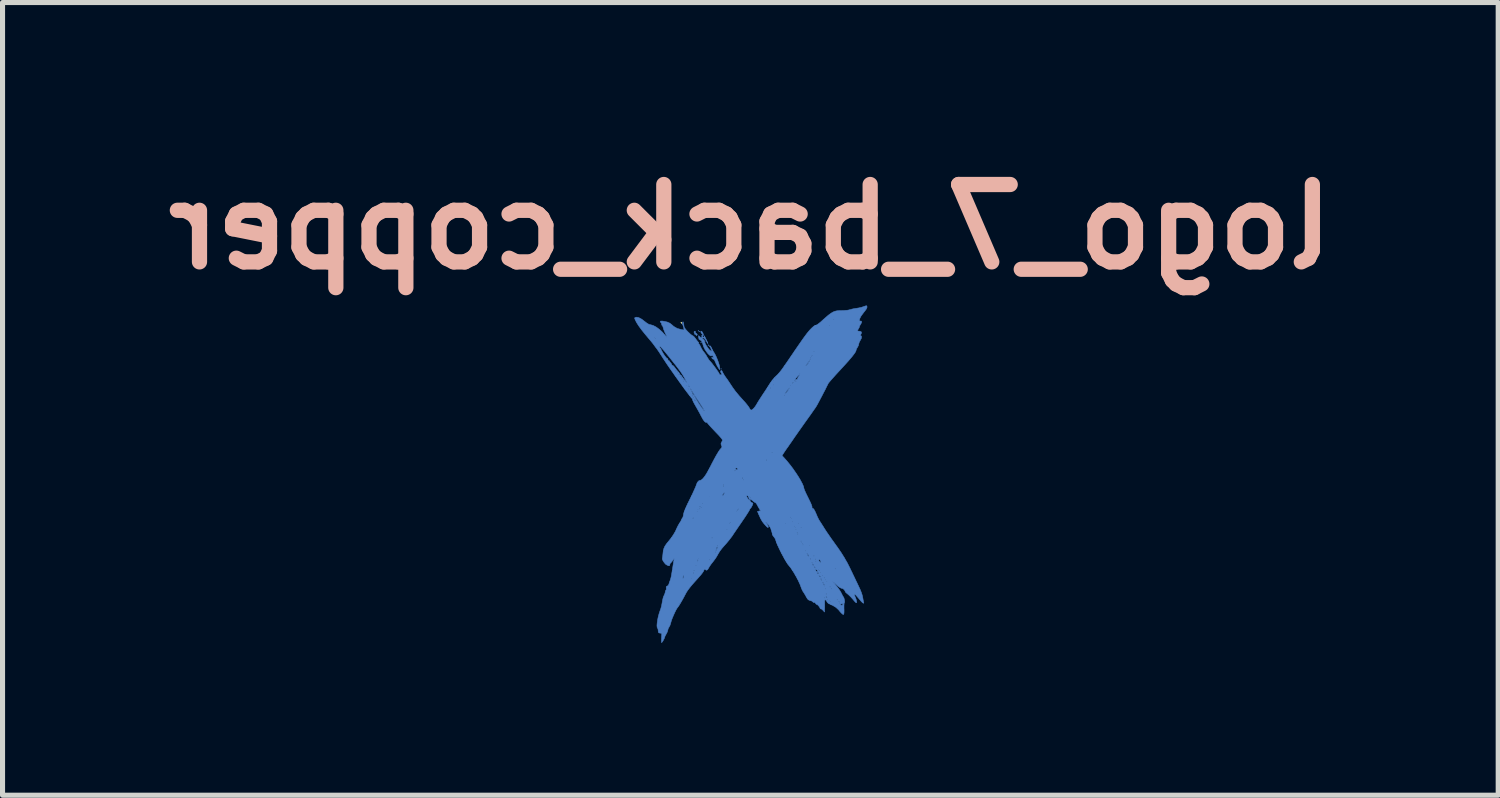
<source format=kicad_pcb>
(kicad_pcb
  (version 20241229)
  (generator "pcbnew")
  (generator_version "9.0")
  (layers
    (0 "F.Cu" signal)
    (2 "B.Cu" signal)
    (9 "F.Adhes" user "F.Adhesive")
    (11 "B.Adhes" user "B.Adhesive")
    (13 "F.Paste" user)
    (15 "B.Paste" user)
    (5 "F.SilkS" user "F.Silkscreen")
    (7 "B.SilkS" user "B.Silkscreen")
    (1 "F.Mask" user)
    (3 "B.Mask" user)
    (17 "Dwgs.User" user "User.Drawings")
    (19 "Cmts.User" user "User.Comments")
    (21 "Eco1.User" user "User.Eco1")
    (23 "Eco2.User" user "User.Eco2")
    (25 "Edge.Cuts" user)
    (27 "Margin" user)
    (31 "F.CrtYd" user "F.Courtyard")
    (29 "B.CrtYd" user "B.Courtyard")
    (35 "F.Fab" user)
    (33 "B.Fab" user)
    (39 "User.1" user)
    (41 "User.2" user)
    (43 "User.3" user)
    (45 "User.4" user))
  (footprint "logo_7_back_copper"
    (layer "F.Cu")
    (at 11.728 5.228)
    (property "Reference" "logo_7_back_copper" (at 0 -3.81 180) (layer "B.SilkS") (effects (font (size 1.524 1.524) (thickness 0.3)) (justify mirror)))
    (attr through_hole)
    (fp_poly (pts (xy -1.029 -1.762) (xy -1.022 -1.756) (xy -1.016 -1.762) (xy -1.022 -1.769) (xy -1.029 -1.762)) (stroke (width 0.01) (type solid)) (fill yes) (layer "B.Cu"))
    (fp_poly (pts (xy -1.003 -1.75) (xy -0.997 -1.743) (xy -0.991 -1.75) (xy -0.997 -1.756) (xy -1.003 -1.75)) (stroke (width 0.01) (type solid)) (fill yes) (layer "B.Cu"))
    (fp_poly (pts (xy -0.978 -1.534) (xy -0.972 -1.527) (xy -0.965 -1.534) (xy -0.972 -1.54) (xy -0.978 -1.534)) (stroke (width 0.01) (type solid)) (fill yes) (layer "B.Cu"))
    (fp_poly (pts (xy -0.902 -1.546) (xy -0.895 -1.54) (xy -0.889 -1.546) (xy -0.895 -1.553) (xy -0.902 -1.546)) (stroke (width 0.01) (type solid)) (fill yes) (layer "B.Cu"))
    (fp_poly (pts (xy -0.584 -1.013) (xy -0.578 -1.007) (xy -0.572 -1.013) (xy -0.578 -1.019) (xy -0.584 -1.013)) (stroke (width 0.01) (type solid)) (fill yes) (layer "B.Cu"))
    (fp_poly (pts (xy -0.834 -1.485) (xy -0.832 -1.477) (xy -0.826 -1.476) (xy -0.815 -1.481) (xy -0.817 -1.485) (xy -0.832 -1.486) (xy -0.834 -1.485)) (stroke (width 0.01) (type solid)) (fill yes) (layer "B.Cu"))
    (fp_poly (pts (xy -1.108 -1.748) (xy -1.111 -1.732) (xy -1.105 -1.724) (xy -1.097 -1.709) (xy -1.099 -1.704) (xy -1.096 -1.694) (xy -1.086 -1.692) (xy -1.071 -1.687) (xy -1.072 -1.682) (xy -1.068 -1.672) (xy -1.061 -1.671) (xy -1.048 -1.681) (xy -1.047 -1.691) (xy -1.059 -1.709) (xy -1.068 -1.712) (xy -1.081 -1.722) (xy -1.082 -1.734) (xy -1.085 -1.752) (xy -1.091 -1.756) (xy -1.108 -1.748)) (stroke (width 0.01) (type solid)) (fill yes) (layer "B.Cu"))
    (fp_poly (pts (xy -0.977 -1.748) (xy -0.973 -1.728) (xy -0.959 -1.71) (xy -0.944 -1.69) (xy -0.94 -1.675) (xy -0.947 -1.671) (xy -0.952 -1.673) (xy -0.96 -1.671) (xy -0.958 -1.662) (xy -0.954 -1.636) (xy -0.966 -1.626) (xy -0.987 -1.637) (xy -0.99 -1.641) (xy -1.009 -1.66) (xy -1.02 -1.667) (xy -1.023 -1.657) (xy -1.021 -1.634) (xy -1.015 -1.616) (xy -1.014 -1.601) (xy -1.005 -1.591) (xy -0.99 -1.584) (xy -0.964 -1.564) (xy -0.944 -1.524) (xy -0.934 -1.489) (xy -0.92 -1.447) (xy -0.898 -1.401) (xy -0.869 -1.357) (xy -0.839 -1.317) (xy -0.809 -1.287) (xy -0.784 -1.269) (xy -0.765 -1.27) (xy -0.762 -1.273) (xy -0.751 -1.279) (xy -0.738 -1.263) (xy -0.736 -1.26) (xy -0.727 -1.24) (xy -0.733 -1.236) (xy -0.741 -1.239) (xy -0.759 -1.241) (xy -0.762 -1.236) (xy -0.754 -1.22) (xy -0.737 -1.206) (xy -0.723 -1.203) (xy -0.721 -1.204) (xy -0.714 -1.197) (xy -0.701 -1.172) (xy -0.692 -1.151) (xy -0.674 -1.111) (xy -0.651 -1.066) (xy -0.626 -1.026) (xy -0.606 -0.999) (xy -0.605 -0.998) (xy -0.604 -1.007) (xy -0.604 -1.033) (xy -0.604 -1.042) (xy -0.611 -1.081) (xy -0.627 -1.134) (xy -0.648 -1.194) (xy -0.673 -1.253) (xy -0.697 -1.302) (xy -0.712 -1.328) (xy -0.733 -1.361) (xy -0.755 -1.404) (xy -0.762 -1.42) (xy -0.781 -1.456) (xy -0.797 -1.47) (xy -0.802 -1.469) (xy -0.807 -1.457) (xy -0.793 -1.443) (xy -0.779 -1.427) (xy -0.779 -1.417) (xy -0.778 -1.403) (xy -0.766 -1.385) (xy -0.753 -1.367) (xy -0.758 -1.363) (xy -0.784 -1.373) (xy -0.792 -1.376) (xy -0.812 -1.393) (xy -0.837 -1.426) (xy -0.864 -1.466) (xy -0.887 -1.507) (xy -0.903 -1.544) (xy -0.907 -1.568) (xy -0.907 -1.571) (xy -0.912 -1.587) (xy -0.926 -1.594) (xy -0.948 -1.606) (xy -0.95 -1.618) (xy -0.932 -1.624) (xy -0.927 -1.624) (xy -0.903 -1.611) (xy -0.878 -1.577) (xy -0.875 -1.572) (xy -0.852 -1.53) (xy -0.839 -1.511) (xy -0.836 -1.515) (xy -0.846 -1.541) (xy -0.862 -1.576) (xy -0.882 -1.617) (xy -0.899 -1.649) (xy -0.909 -1.665) (xy -0.909 -1.665) (xy -0.913 -1.665) (xy -0.91 -1.659) (xy -0.912 -1.643) (xy -0.921 -1.637) (xy -0.936 -1.639) (xy -0.94 -1.655) (xy -0.931 -1.671) (xy -0.928 -1.673) (xy -0.925 -1.687) (xy -0.933 -1.712) (xy -0.946 -1.738) (xy -0.961 -1.754) (xy -0.966 -1.756) (xy -0.977 -1.748)) (stroke (width 0.01) (type solid)) (fill yes) (layer "B.Cu"))
    (fp_poly (pts (xy 2.272 -2.255) (xy 2.242 -2.245) (xy 2.228 -2.24) (xy 2.187 -2.226) (xy 2.134 -2.214) (xy 2.102 -2.209) (xy 2.048 -2.201) (xy 1.995 -2.19) (xy 1.97 -2.182) (xy 1.92 -2.17) (xy 1.853 -2.164) (xy 1.798 -2.162) (xy 1.746 -2.161) (xy 1.703 -2.157) (xy 1.663 -2.148) (xy 1.625 -2.132) (xy 1.584 -2.107) (xy 1.535 -2.071) (xy 1.477 -2.021) (xy 1.405 -1.957) (xy 1.389 -1.942) (xy 1.35 -1.91) (xy 1.317 -1.886) (xy 1.295 -1.875) (xy 1.29 -1.874) (xy 1.273 -1.87) (xy 1.245 -1.851) (xy 1.216 -1.826) (xy 1.192 -1.802) (xy 1.168 -1.777) (xy 1.144 -1.749) (xy 1.117 -1.716) (xy 1.087 -1.676) (xy 1.051 -1.627) (xy 1.007 -1.565) (xy 0.955 -1.49) (xy 0.893 -1.4) (xy 0.819 -1.291) (xy 0.781 -1.235) (xy 0.72 -1.146) (xy 0.67 -1.074) (xy 0.631 -1.018) (xy 0.598 -0.974) (xy 0.57 -0.94) (xy 0.545 -0.911) (xy 0.521 -0.887) (xy 0.5 -0.868) (xy 0.463 -0.829) (xy 0.421 -0.778) (xy 0.384 -0.725) (xy 0.381 -0.719) (xy 0.349 -0.669) (xy 0.309 -0.607) (xy 0.266 -0.542) (xy 0.24 -0.503) (xy 0.204 -0.448) (xy 0.17 -0.395) (xy 0.143 -0.352) (xy 0.129 -0.327) (xy 0.097 -0.275) (xy 0.062 -0.233) (xy 0.03 -0.207) (xy 0.023 -0.203) (xy 0.005 -0.205) (xy -0.013 -0.228) (xy -0.019 -0.241) (xy -0.037 -0.269) (xy -0.068 -0.31) (xy -0.106 -0.356) (xy -0.13 -0.382) (xy -0.22 -0.482) (xy -0.294 -0.571) (xy -0.353 -0.652) (xy -0.356 -0.657) (xy -1.198 -0.657) (xy -1.199 -0.651) (xy -1.209 -0.661) (xy -1.219 -0.676) (xy -1.222 -0.683) (xy -1.257 -0.683) (xy -1.264 -0.676) (xy -1.27 -0.683) (xy -1.264 -0.689) (xy -1.257 -0.683) (xy -1.222 -0.683) (xy -1.227 -0.696) (xy -1.226 -0.702) (xy -1.216 -0.692) (xy -1.206 -0.676) (xy -1.198 -0.657) (xy -0.356 -0.657) (xy -0.385 -0.701) (xy -0.404 -0.729) (xy -1.245 -0.729) (xy -1.247 -0.732) (xy -1.265 -0.756) (xy -1.277 -0.772) (xy -1.308 -0.772) (xy -1.314 -0.765) (xy -1.321 -0.772) (xy -1.314 -0.778) (xy -1.308 -0.772) (xy -1.277 -0.772) (xy -1.291 -0.789) (xy -1.298 -0.797) (xy -1.321 -0.797) (xy -1.327 -0.791) (xy -1.333 -0.797) (xy -1.327 -0.803) (xy -1.321 -0.797) (xy -1.298 -0.797) (xy -1.305 -0.807) (xy -1.328 -0.835) (xy -1.346 -0.835) (xy -1.353 -0.829) (xy -1.359 -0.835) (xy -1.353 -0.842) (xy -1.346 -0.835) (xy -1.328 -0.835) (xy -1.332 -0.841) (xy -1.354 -0.871) (xy -1.355 -0.873) (xy -1.372 -0.873) (xy -1.378 -0.867) (xy -1.384 -0.873) (xy -1.378 -0.88) (xy -1.372 -0.873) (xy -1.355 -0.873) (xy -1.36 -0.882) (xy -1.376 -0.897) (xy -1.387 -0.897) (xy -1.395 -0.896) (xy -1.394 -0.899) (xy -1.41 -0.899) (xy -1.416 -0.892) (xy -1.422 -0.899) (xy -1.416 -0.905) (xy -1.41 -0.899) (xy -1.394 -0.899) (xy -1.392 -0.903) (xy -1.394 -0.921) (xy -1.405 -0.937) (xy -1.41 -0.937) (xy -1.416 -0.93) (xy -1.422 -0.937) (xy -1.435 -0.937) (xy -1.441 -0.93) (xy -1.448 -0.937) (xy -1.441 -0.943) (xy -1.435 -0.937) (xy -1.422 -0.937) (xy -1.416 -0.943) (xy -1.41 -0.937) (xy -1.405 -0.937) (xy -1.411 -0.944) (xy -1.413 -0.946) (xy -1.437 -0.973) (xy -1.439 -0.975) (xy -1.46 -0.975) (xy -1.467 -0.969) (xy -1.473 -0.975) (xy -1.467 -0.981) (xy -1.46 -0.975) (xy -1.439 -0.975) (xy -1.468 -1.011) (xy -1.485 -1.035) (xy -1.51 -1.066) (xy -1.532 -1.084) (xy -1.542 -1.087) (xy -1.549 -1.085) (xy -1.547 -1.088) (xy -1.549 -1.103) (xy -1.565 -1.127) (xy -1.569 -1.132) (xy -1.59 -1.157) (xy -1.6 -1.174) (xy -1.6 -1.175) (xy -1.608 -1.18) (xy -1.613 -1.178) (xy -1.624 -1.177) (xy -1.624 -1.18) (xy -1.624 -1.206) (xy -1.632 -1.218) (xy -1.637 -1.217) (xy -1.648 -1.224) (xy -1.668 -1.247) (xy -1.693 -1.28) (xy -1.718 -1.319) (xy -1.74 -1.357) (xy -1.756 -1.389) (xy -1.759 -1.397) (xy -1.768 -1.417) (xy -1.776 -1.421) (xy -1.783 -1.427) (xy -1.786 -1.445) (xy -1.785 -1.453) (xy -1.778 -1.453) (xy -1.764 -1.442) (xy -1.742 -1.419) (xy -1.71 -1.383) (xy -1.667 -1.331) (xy -1.612 -1.263) (xy -1.543 -1.177) (xy -1.529 -1.159) (xy -1.466 -1.08) (xy -1.417 -1.015) (xy -1.377 -0.962) (xy -1.345 -0.914) (xy -1.317 -0.868) (xy -1.289 -0.818) (xy -1.278 -0.797) (xy -1.258 -0.759) (xy -1.247 -0.735) (xy -1.245 -0.729) (xy -0.404 -0.729) (xy -0.418 -0.751) (xy -0.453 -0.803) (xy -0.479 -0.838) (xy -0.509 -0.881) (xy -0.535 -0.925) (xy -0.546 -0.946) (xy -0.561 -0.975) (xy -0.573 -0.984) (xy -0.582 -0.977) (xy -0.589 -0.957) (xy -0.578 -0.936) (xy -0.562 -0.91) (xy -0.564 -0.897) (xy -0.584 -0.896) (xy -0.605 -0.902) (xy -0.61 -0.91) (xy -0.617 -0.925) (xy -0.636 -0.956) (xy -0.664 -0.996) (xy -0.696 -1.041) (xy -0.73 -1.086) (xy -0.76 -1.126) (xy -0.785 -1.155) (xy -0.795 -1.165) (xy -0.818 -1.193) (xy -0.842 -1.231) (xy -0.85 -1.244) (xy -0.876 -1.289) (xy -0.907 -1.333) (xy -0.915 -1.341) (xy -0.944 -1.381) (xy -0.969 -1.425) (xy -0.973 -1.434) (xy -0.991 -1.471) (xy -1.009 -1.501) (xy -1.013 -1.505) (xy -1.024 -1.522) (xy -1.021 -1.527) (xy -1.018 -1.533) (xy -1.023 -1.537) (xy -1.037 -1.552) (xy -1.06 -1.581) (xy -1.078 -1.607) (xy -1.08 -1.61) (xy -1.867 -1.61) (xy -1.873 -1.603) (xy -1.88 -1.61) (xy -1.873 -1.616) (xy -1.867 -1.61) (xy -1.08 -1.61) (xy -1.1 -1.635) (xy -1.88 -1.635) (xy -1.886 -1.629) (xy -1.892 -1.635) (xy -1.886 -1.642) (xy -1.88 -1.635) (xy -1.1 -1.635) (xy -1.103 -1.64) (xy -1.126 -1.661) (xy -1.137 -1.667) (xy -1.154 -1.676) (xy -1.183 -1.699) (xy -1.218 -1.732) (xy -1.232 -1.745) (xy -1.272 -1.789) (xy -1.297 -1.822) (xy -1.307 -1.849) (xy -1.309 -1.863) (xy -1.313 -1.9) (xy -1.32 -1.927) (xy -1.327 -1.942) (xy -1.332 -1.936) (xy -1.336 -1.918) (xy -1.338 -1.892) (xy -1.333 -1.88) (xy -1.326 -1.867) (xy -1.317 -1.837) (xy -1.315 -1.828) (xy -1.306 -1.779) (xy -1.361 -1.788) (xy -1.441 -1.81) (xy -1.509 -1.849) (xy -1.543 -1.879) (xy -1.586 -1.913) (xy -1.637 -1.936) (xy -1.704 -1.951) (xy -1.73 -1.955) (xy -1.765 -1.956) (xy -1.777 -1.947) (xy -1.767 -1.928) (xy -1.759 -1.921) (xy -1.747 -1.903) (xy -1.748 -1.893) (xy -1.746 -1.876) (xy -1.739 -1.87) (xy -1.725 -1.85) (xy -1.718 -1.826) (xy -1.71 -1.796) (xy -1.694 -1.755) (xy -1.679 -1.72) (xy -1.656 -1.672) (xy -1.644 -1.644) (xy -1.643 -1.636) (xy -1.653 -1.646) (xy -1.674 -1.671) (xy -1.679 -1.677) (xy -1.735 -1.739) (xy -1.796 -1.794) (xy -1.858 -1.839) (xy -1.916 -1.869) (xy -1.966 -1.883) (xy -1.973 -1.883) (xy -2.001 -1.892) (xy -2.04 -1.915) (xy -2.071 -1.939) (xy -2.14 -1.992) (xy -2.198 -2.023) (xy -2.244 -2.032) (xy -2.255 -2.03) (xy -2.275 -2.023) (xy -2.28 -2.012) (xy -2.272 -1.988) (xy -2.268 -1.978) (xy -2.241 -1.925) (xy -2.2 -1.861) (xy -2.143 -1.783) (xy -2.069 -1.691) (xy -2 -1.609) (xy -1.963 -1.565) (xy -1.929 -1.524) (xy -1.905 -1.492) (xy -1.899 -1.484) (xy -1.872 -1.447) (xy -1.847 -1.415) (xy -1.83 -1.391) (xy -1.803 -1.352) (xy -1.77 -1.301) (xy -1.734 -1.245) (xy -1.728 -1.235) (xy -1.691 -1.179) (xy -1.646 -1.111) (xy -1.594 -1.035) (xy -1.537 -0.954) (xy -1.478 -0.87) (xy -1.418 -0.786) (xy -1.36 -0.705) (xy -1.305 -0.629) (xy -1.255 -0.562) (xy -1.212 -0.506) (xy -1.179 -0.464) (xy -1.158 -0.439) (xy -1.152 -0.434) (xy -1.141 -0.417) (xy -1.14 -0.415) (xy -1.136 -0.393) (xy -1.121 -0.36) (xy -1.096 -0.313) (xy -1.064 -0.257) (xy -1.031 -0.199) (xy -0.996 -0.136) (xy -0.967 -0.079) (xy -0.965 -0.076) (xy -0.933 -0.018) (xy -0.904 0.021) (xy -0.878 0.041) (xy -0.862 0.04) (xy -0.851 0.041) (xy -0.851 0.044) (xy -0.843 0.057) (xy -0.82 0.084) (xy -0.787 0.121) (xy -0.749 0.162) (xy -0.683 0.232) (xy -0.632 0.285) (xy -0.596 0.325) (xy -0.571 0.354) (xy -0.557 0.374) (xy -0.551 0.389) (xy -0.552 0.401) (xy -0.557 0.412) (xy -0.565 0.424) (xy -0.579 0.454) (xy -0.576 0.481) (xy -0.573 0.488) (xy -0.563 0.51) (xy -0.561 0.525) (xy -0.57 0.542) (xy -0.593 0.568) (xy -0.599 0.575) (xy -0.619 0.603) (xy -0.647 0.648) (xy -0.68 0.704) (xy -0.714 0.767) (xy -0.722 0.782) (xy -0.756 0.846) (xy -0.787 0.907) (xy -0.814 0.959) (xy -0.834 0.995) (xy -0.837 1.001) (xy -0.869 1.057) (xy -0.903 1.107) (xy -0.935 1.147) (xy -0.962 1.171) (xy -0.976 1.178) (xy -1.014 1.189) (xy -1.044 1.22) (xy -1.062 1.263) (xy -1.07 1.288) (xy -1.088 1.331) (xy -1.114 1.389) (xy -1.145 1.457) (xy -1.181 1.531) (xy -1.191 1.551) (xy -1.239 1.648) (xy -1.274 1.726) (xy -1.299 1.785) (xy -1.313 1.829) (xy -1.318 1.854) (xy -1.325 1.893) (xy -1.336 1.921) (xy -1.341 1.928) (xy -1.357 1.949) (xy -1.359 1.958) (xy -1.366 1.976) (xy -1.383 2.006) (xy -1.395 2.023) (xy -1.422 2.068) (xy -1.447 2.118) (xy -1.453 2.133) (xy -1.478 2.187) (xy -1.515 2.25) (xy -1.558 2.314) (xy -1.601 2.368) (xy -1.651 2.429) (xy -1.685 2.48) (xy -1.707 2.531) (xy -1.718 2.586) (xy -1.721 2.613) (xy -1.726 2.66) (xy -1.731 2.697) (xy -1.735 2.716) (xy -1.735 2.717) (xy -1.734 2.737) (xy -1.72 2.767) (xy -1.698 2.8) (xy -1.673 2.83) (xy -1.653 2.845) (xy -1.616 2.863) (xy -1.595 2.864) (xy -1.588 2.848) (xy -1.587 2.843) (xy -1.582 2.82) (xy -1.576 2.814) (xy -1.563 2.802) (xy -1.542 2.776) (xy -1.53 2.759) (xy -1.51 2.73) (xy -1.501 2.72) (xy -1.501 2.729) (xy -1.504 2.746) (xy -1.511 2.779) (xy -1.519 2.826) (xy -1.525 2.867) (xy -1.54 2.961) (xy -1.552 3.033) (xy -1.562 3.087) (xy -1.572 3.125) (xy -1.581 3.152) (xy -1.581 3.153) (xy -1.596 3.191) (xy -1.605 3.224) (xy -1.62 3.253) (xy -1.639 3.264) (xy -1.657 3.275) (xy -1.658 3.298) (xy -1.657 3.303) (xy -1.656 3.329) (xy -1.663 3.343) (xy -1.674 3.361) (xy -1.676 3.376) (xy -1.682 3.405) (xy -1.696 3.439) (xy -1.696 3.44) (xy -1.708 3.464) (xy -1.717 3.488) (xy -1.724 3.517) (xy -1.733 3.56) (xy -1.741 3.607) (xy -1.751 3.658) (xy -1.764 3.706) (xy -1.772 3.728) (xy -1.794 3.791) (xy -1.813 3.859) (xy -1.827 3.926) (xy -1.836 3.988) (xy -1.84 4.04) (xy -1.837 4.076) (xy -1.829 4.092) (xy -1.82 4.109) (xy -1.816 4.14) (xy -1.816 4.143) (xy -1.813 4.173) (xy -1.8 4.186) (xy -1.781 4.19) (xy -1.746 4.194) (xy -1.751 4.286) (xy -1.752 4.331) (xy -1.751 4.363) (xy -1.749 4.378) (xy -1.749 4.378) (xy -1.739 4.368) (xy -1.722 4.344) (xy -1.716 4.333) (xy -1.699 4.301) (xy -1.689 4.277) (xy -1.689 4.273) (xy -1.682 4.253) (xy -1.666 4.222) (xy -1.657 4.207) (xy -1.638 4.17) (xy -1.627 4.138) (xy -1.626 4.129) (xy -1.618 4.1) (xy -1.602 4.072) (xy -1.584 4.039) (xy -1.571 3.998) (xy -1.569 3.991) (xy -1.559 3.954) (xy -1.541 3.903) (xy -1.517 3.846) (xy -1.491 3.788) (xy -1.466 3.737) (xy -1.444 3.699) (xy -1.434 3.686) (xy -1.413 3.658) (xy -1.385 3.613) (xy -1.383 3.61) (xy -1.397 3.61) (xy -1.403 3.616) (xy -1.41 3.61) (xy -1.403 3.603) (xy -1.397 3.61) (xy -1.383 3.61) (xy -1.351 3.555) (xy -1.315 3.491) (xy -1.281 3.426) (xy -1.277 3.419) (xy -1.257 3.382) (xy -1.231 3.343) (xy -1.197 3.298) (xy -1.154 3.245) (xy -1.097 3.18) (xy -1.038 3.115) (xy -1.156 3.115) (xy -1.162 3.121) (xy -1.168 3.115) (xy -1.162 3.108) (xy -1.156 3.115) (xy -1.038 3.115) (xy -1.026 3.101) (xy -1.013 3.086) (xy -0.99 3.06) (xy -1.308 3.06) (xy -1.313 3.09) (xy -1.317 3.104) (xy -1.325 3.12) (xy -1.329 3.112) (xy -1.331 3.105) (xy -1.328 3.076) (xy -1.322 3.061) (xy -1.312 3.046) (xy -1.309 3.053) (xy -1.308 3.06) (xy -0.99 3.06) (xy -0.975 3.043) (xy -0.947 3.007) (xy -1.118 3.007) (xy -1.122 3.017) (xy -1.126 3.015) (xy -1.128 3) (xy -1.126 2.998) (xy -1.119 3) (xy -1.118 3.007) (xy -0.947 3.007) (xy -0.944 3.003) (xy -0.924 2.973) (xy -0.919 2.961) (xy -0.913 2.947) (xy -1.094 2.947) (xy -1.097 2.954) (xy -1.11 2.967) (xy -1.117 2.965) (xy -1.118 2.963) (xy -1.109 2.952) (xy -1.103 2.948) (xy -1.094 2.947) (xy -0.913 2.947) (xy -0.909 2.935) (xy -0.894 2.933) (xy -0.88 2.945) (xy -0.86 2.952) (xy -0.839 2.936) (xy -0.819 2.901) (xy -0.801 2.871) (xy -0.794 2.861) (xy -1.067 2.861) (xy -1.073 2.867) (xy -1.079 2.861) (xy -1.073 2.854) (xy -1.067 2.861) (xy -0.794 2.861) (xy -0.773 2.831) (xy -0.739 2.788) (xy -0.738 2.787) (xy -0.718 2.76) (xy -1.03 2.76) (xy -1.037 2.78) (xy -1.046 2.791) (xy -1.046 2.791) (xy -1.048 2.78) (xy -1.045 2.765) (xy -1.037 2.747) (xy -1.032 2.745) (xy -1.03 2.76) (xy -0.718 2.76) (xy -0.707 2.746) (xy -0.8 2.746) (xy -0.806 2.753) (xy -0.813 2.746) (xy -0.806 2.74) (xy -0.8 2.746) (xy -0.707 2.746) (xy -0.7 2.736) (xy -0.689 2.721) (xy -1.016 2.721) (xy -1.022 2.727) (xy -1.029 2.721) (xy -1.022 2.715) (xy -1.016 2.721) (xy -0.689 2.721) (xy -0.662 2.679) (xy -0.637 2.634) (xy -0.613 2.594) (xy -0.686 2.594) (xy -0.692 2.6) (xy -0.699 2.594) (xy -0.692 2.587) (xy -0.686 2.594) (xy -0.613 2.594) (xy -0.607 2.583) (xy -0.564 2.526) (xy -0.521 2.476) (xy -0.64 2.476) (xy -0.646 2.501) (xy -0.658 2.53) (xy -0.67 2.556) (xy -0.68 2.57) (xy -0.682 2.57) (xy -0.681 2.556) (xy -0.675 2.539) (xy -0.667 2.517) (xy -0.669 2.507) (xy -0.667 2.499) (xy -0.662 2.499) (xy -0.652 2.492) (xy -0.654 2.487) (xy -0.652 2.47) (xy -0.649 2.468) (xy -0.64 2.47) (xy -0.64 2.476) (xy -0.521 2.476) (xy -0.516 2.47) (xy -0.512 2.466) (xy -0.465 2.413) (xy -0.413 2.35) (xy -0.386 2.314) (xy -0.749 2.314) (xy -0.756 2.321) (xy -0.762 2.314) (xy -0.756 2.308) (xy -0.749 2.314) (xy -0.386 2.314) (xy -0.365 2.287) (xy -0.349 2.263) (xy -0.316 2.213) (xy -0.272 2.149) (xy -0.457 2.149) (xy -0.464 2.156) (xy -0.47 2.149) (xy -0.464 2.143) (xy -0.457 2.149) (xy -0.272 2.149) (xy -0.272 2.149) (xy -0.223 2.077) (xy -0.194 2.035) (xy -0.406 2.035) (xy -0.413 2.041) (xy -0.419 2.035) (xy -0.413 2.029) (xy -0.406 2.035) (xy -0.194 2.035) (xy -0.177 2.01) (xy -0.394 2.01) (xy -0.4 2.016) (xy -0.406 2.01) (xy -0.4 2.003) (xy -0.394 2.01) (xy -0.177 2.01) (xy -0.172 2.003) (xy -0.143 1.96) (xy -0.114 1.918) (xy -1.12 1.918) (xy -1.123 1.925) (xy -1.136 1.939) (xy -1.143 1.936) (xy -1.143 1.934) (xy -1.134 1.923) (xy -1.128 1.92) (xy -1.12 1.918) (xy -0.114 1.918) (xy -0.101 1.898) (xy -0.065 1.843) (xy -0.037 1.798) (xy -0.034 1.794) (xy -0.267 1.794) (xy -0.273 1.8) (xy -0.279 1.794) (xy -1.041 1.794) (xy -1.048 1.8) (xy -1.054 1.794) (xy -1.048 1.787) (xy -1.041 1.794) (xy -0.279 1.794) (xy -0.273 1.787) (xy -0.267 1.794) (xy -0.034 1.794) (xy -0.019 1.767) (xy -0.013 1.753) (xy -0.006 1.738) (xy -0.003 1.737) (xy -0.229 1.737) (xy -0.233 1.743) (xy -0.24 1.752) (xy -0.258 1.772) (xy -0.266 1.772) (xy -0.267 1.77) (xy -0.258 1.759) (xy -0.254 1.756) (xy -1.029 1.756) (xy -1.035 1.762) (xy -1.041 1.756) (xy -1.035 1.749) (xy -1.029 1.756) (xy -0.254 1.756) (xy -0.244 1.748) (xy -0.238 1.743) (xy -0.991 1.743) (xy -0.997 1.749) (xy -1.003 1.743) (xy -0.997 1.737) (xy -0.991 1.743) (xy -0.238 1.743) (xy -0.229 1.737) (xy -0.003 1.737) (xy -0.002 1.737) (xy 0.008 1.726) (xy 0.014 1.718) (xy -0.965 1.718) (xy -0.972 1.724) (xy -0.978 1.718) (xy -0.972 1.711) (xy -0.965 1.718) (xy 0.014 1.718) (xy 0.024 1.702) (xy 0.03 1.689) (xy -0.98 1.689) (xy -0.983 1.697) (xy -0.996 1.71) (xy -1.003 1.707) (xy -1.003 1.706) (xy -0.994 1.695) (xy -0.989 1.691) (xy -0.98 1.689) (xy 0.03 1.689) (xy 0.039 1.672) (xy 0.049 1.645) (xy 0.05 1.641) (xy -0.94 1.641) (xy -0.946 1.648) (xy -0.953 1.641) (xy -0.946 1.635) (xy -0.94 1.641) (xy 0.05 1.641) (xy 0.051 1.636) (xy 0.04 1.625) (xy 0.025 1.619) (xy 0.005 1.605) (xy 0 1.592) (xy -0.008 1.574) (xy -0.016 1.571) (xy -0.033 1.562) (xy -0.053 1.537) (xy -0.054 1.535) (xy -0.071 1.503) (xy -0.072 1.502) (xy -0.8 1.502) (xy -0.806 1.508) (xy -0.813 1.502) (xy -0.806 1.495) (xy -0.8 1.502) (xy -0.072 1.502) (xy -0.074 1.488) (xy -0.064 1.483) (xy -0.058 1.483) (xy -0.043 1.494) (xy -0.032 1.52) (xy -0.032 1.521) (xy -0.023 1.549) (xy -0.007 1.558) (xy 0.007 1.558) (xy 0.02 1.565) (xy 0.044 1.583) (xy 0.052 1.59) (xy 0.079 1.611) (xy 0.099 1.622) (xy 0.101 1.622) (xy 0.113 1.633) (xy 0.13 1.659) (xy 0.139 1.676) (xy 0.161 1.717) (xy 0.182 1.752) (xy 0.188 1.761) (xy 0.202 1.783) (xy 0.201 1.788) (xy 0.187 1.784) (xy 0.169 1.783) (xy 0.165 1.789) (xy 0.157 1.796) (xy 0.152 1.794) (xy 0.143 1.79) (xy 0.141 1.796) (xy 0.148 1.816) (xy 0.164 1.853) (xy 0.184 1.897) (xy 0.209 1.949) (xy 0.234 1.991) (xy 0.264 2.031) (xy 0.306 2.078) (xy 0.323 2.096) (xy 0.343 2.111) (xy 0.353 2.107) (xy 0.352 2.089) (xy 0.338 2.061) (xy 0.334 2.056) (xy 0.309 2.02) (xy 0.3 2.004) (xy 0.307 2.007) (xy 0.33 2.03) (xy 0.341 2.041) (xy 0.37 2.077) (xy 0.393 2.111) (xy 0.401 2.13) (xy 0.412 2.168) (xy 0.42 2.191) (xy 0.429 2.224) (xy 0.432 2.243) (xy 0.441 2.267) (xy 0.462 2.294) (xy 0.462 2.294) (xy 0.486 2.327) (xy 0.501 2.367) (xy 0.501 2.367) (xy 0.512 2.402) (xy 0.533 2.453) (xy 0.562 2.516) (xy 0.596 2.586) (xy 0.633 2.657) (xy 0.67 2.725) (xy 0.705 2.784) (xy 0.734 2.83) (xy 0.753 2.854) (xy 0.798 2.91) (xy 0.846 2.983) (xy 0.895 3.066) (xy 0.94 3.151) (xy 0.977 3.231) (xy 0.996 3.282) (xy 1.013 3.326) (xy 1.031 3.363) (xy 1.04 3.377) (xy 1.059 3.405) (xy 1.083 3.445) (xy 1.098 3.473) (xy 1.121 3.512) (xy 1.141 3.534) (xy 1.166 3.545) (xy 1.177 3.548) (xy 1.208 3.558) (xy 1.227 3.572) (xy 1.228 3.574) (xy 1.243 3.587) (xy 1.252 3.586) (xy 1.271 3.59) (xy 1.284 3.605) (xy 1.297 3.623) (xy 1.304 3.624) (xy 1.316 3.628) (xy 1.335 3.645) (xy 1.355 3.668) (xy 1.369 3.691) (xy 1.372 3.701) (xy 1.378 3.713) (xy 1.384 3.712) (xy 1.399 3.715) (xy 1.422 3.734) (xy 1.428 3.74) (xy 1.46 3.775) (xy 1.463 3.673) (xy 1.463 3.622) (xy 1.463 3.58) (xy 1.463 3.553) (xy 1.463 3.55) (xy 1.467 3.535) (xy 1.481 3.537) (xy 1.498 3.554) (xy 1.505 3.568) (xy 1.513 3.582) (xy 1.523 3.594) (xy 1.54 3.606) (xy 1.57 3.622) (xy 1.618 3.644) (xy 1.626 3.648) (xy 1.684 3.683) (xy 1.737 3.732) (xy 1.756 3.756) (xy 1.787 3.791) (xy 1.814 3.816) (xy 1.831 3.825) (xy 1.832 3.825) (xy 1.84 3.812) (xy 1.844 3.781) (xy 1.844 3.727) (xy 1.843 3.705) (xy 1.843 3.648) (xy 1.845 3.613) (xy 1.827 3.613) (xy 1.823 3.635) (xy 1.801 3.642) (xy 1.797 3.642) (xy 1.775 3.637) (xy 1.773 3.623) (xy 1.774 3.622) (xy 1.785 3.61) (xy 1.797 3.617) (xy 1.812 3.622) (xy 1.82 3.607) (xy 1.824 3.597) (xy 1.765 3.597) (xy 1.759 3.603) (xy 1.753 3.597) (xy 1.759 3.591) (xy 1.765 3.597) (xy 1.824 3.597) (xy 1.825 3.595) (xy 1.827 3.606) (xy 1.827 3.613) (xy 1.845 3.613) (xy 1.845 3.609) (xy 1.85 3.591) (xy 1.852 3.591) (xy 1.856 3.58) (xy 1.856 3.572) (xy 1.765 3.572) (xy 1.759 3.578) (xy 1.753 3.572) (xy 1.74 3.572) (xy 1.734 3.578) (xy 1.727 3.572) (xy 1.587 3.572) (xy 1.581 3.578) (xy 1.575 3.572) (xy 1.581 3.565) (xy 1.587 3.572) (xy 1.727 3.572) (xy 1.734 3.565) (xy 1.74 3.572) (xy 1.753 3.572) (xy 1.759 3.565) (xy 1.765 3.572) (xy 1.856 3.572) (xy 1.855 3.559) (xy 1.562 3.559) (xy 1.556 3.565) (xy 1.549 3.559) (xy 1.556 3.553) (xy 1.562 3.559) (xy 1.855 3.559) (xy 1.855 3.554) (xy 1.851 3.534) (xy 1.714 3.534) (xy 1.708 3.54) (xy 1.702 3.534) (xy 1.524 3.534) (xy 1.518 3.54) (xy 1.511 3.534) (xy 1.518 3.527) (xy 1.524 3.534) (xy 1.702 3.534) (xy 1.708 3.527) (xy 1.714 3.534) (xy 1.851 3.534) (xy 1.849 3.523) (xy 1.841 3.494) (xy 1.839 3.491) (xy 1.511 3.491) (xy 1.503 3.498) (xy 1.499 3.496) (xy 1.46 3.496) (xy 1.454 3.502) (xy 1.448 3.496) (xy 1.454 3.489) (xy 1.46 3.496) (xy 1.499 3.496) (xy 1.486 3.479) (xy 1.486 3.475) (xy 1.494 3.468) (xy 1.499 3.47) (xy 1.511 3.487) (xy 1.511 3.491) (xy 1.839 3.491) (xy 1.831 3.477) (xy 1.831 3.477) (xy 1.821 3.463) (xy 1.805 3.432) (xy 1.799 3.419) (xy 1.499 3.419) (xy 1.492 3.426) (xy 1.486 3.419) (xy 1.492 3.413) (xy 1.499 3.419) (xy 1.799 3.419) (xy 1.786 3.394) (xy 1.758 3.346) (xy 1.738 3.318) (xy 1.6 3.318) (xy 1.594 3.324) (xy 1.587 3.318) (xy 1.486 3.318) (xy 1.48 3.324) (xy 1.473 3.318) (xy 1.48 3.311) (xy 1.486 3.318) (xy 1.587 3.318) (xy 1.594 3.311) (xy 1.6 3.318) (xy 1.738 3.318) (xy 1.719 3.291) (xy 1.71 3.28) (xy 1.575 3.28) (xy 1.568 3.286) (xy 1.562 3.28) (xy 1.568 3.273) (xy 1.575 3.28) (xy 1.71 3.28) (xy 1.703 3.272) (xy 1.468 3.272) (xy 1.467 3.273) (xy 1.458 3.263) (xy 1.443 3.237) (xy 1.434 3.219) (xy 1.422 3.192) (xy 1.42 3.181) (xy 1.425 3.184) (xy 1.44 3.205) (xy 1.454 3.232) (xy 1.465 3.257) (xy 1.468 3.272) (xy 1.703 3.272) (xy 1.676 3.24) (xy 1.672 3.236) (xy 1.639 3.2) (xy 1.623 3.181) (xy 1.625 3.18) (xy 1.645 3.195) (xy 1.684 3.228) (xy 1.718 3.259) (xy 1.753 3.287) (xy 1.784 3.304) (xy 1.801 3.309) (xy 1.823 3.315) (xy 1.847 3.335) (xy 1.864 3.361) (xy 1.867 3.373) (xy 1.877 3.388) (xy 1.901 3.409) (xy 1.91 3.416) (xy 1.938 3.44) (xy 1.975 3.476) (xy 2.014 3.519) (xy 2.021 3.527) (xy 2.054 3.566) (xy 2.075 3.587) (xy 2.087 3.593) (xy 2.092 3.586) (xy 2.093 3.581) (xy 2.09 3.554) (xy 2.079 3.515) (xy 2.066 3.484) (xy 2.049 3.443) (xy 2.047 3.424) (xy 2.058 3.426) (xy 2.083 3.449) (xy 2.122 3.494) (xy 2.14 3.516) (xy 2.181 3.564) (xy 2.211 3.593) (xy 2.228 3.603) (xy 2.233 3.593) (xy 2.23 3.581) (xy 2.224 3.555) (xy 2.217 3.517) (xy 2.216 3.508) (xy 2.208 3.468) (xy 2.198 3.43) (xy 2.184 3.388) (xy 2.164 3.338) (xy 2.135 3.275) (xy 2.097 3.195) (xy 2.095 3.191) (xy 2.089 3.178) (xy 1.511 3.178) (xy 1.505 3.184) (xy 1.499 3.178) (xy 1.505 3.172) (xy 1.511 3.178) (xy 2.089 3.178) (xy 2.076 3.152) (xy 1.41 3.152) (xy 1.404 3.153) (xy 1.392 3.139) (xy 1.38 3.118) (xy 1.38 3.109) (xy 1.39 3.112) (xy 1.402 3.129) (xy 1.409 3.149) (xy 1.41 3.152) (xy 2.076 3.152) (xy 2.071 3.14) (xy 1.486 3.14) (xy 1.48 3.146) (xy 1.473 3.14) (xy 1.48 3.134) (xy 1.486 3.14) (xy 2.071 3.14) (xy 2.06 3.118) (xy 2.052 3.102) (xy 1.46 3.102) (xy 1.454 3.108) (xy 1.448 3.102) (xy 1.454 3.095) (xy 1.46 3.102) (xy 2.052 3.102) (xy 2.045 3.086) (xy 1.384 3.086) (xy 1.377 3.09) (xy 1.365 3.083) (xy 1.349 3.064) (xy 1.346 3.054) (xy 1.354 3.05) (xy 1.365 3.057) (xy 1.381 3.077) (xy 1.384 3.086) (xy 2.045 3.086) (xy 2.028 3.051) (xy 1.422 3.051) (xy 1.416 3.057) (xy 1.41 3.051) (xy 1.416 3.045) (xy 1.422 3.051) (xy 2.028 3.051) (xy 2.024 3.043) (xy 2.01 3.014) (xy 1.342 3.014) (xy 1.34 3.02) (xy 1.328 3.027) (xy 1.32 3.017) (xy 1.317 3) (xy 1.322 2.996) (xy 1.341 2.997) (xy 1.342 3.014) (xy 2.01 3.014) (xy 2.004 3) (xy 1.384 3) (xy 1.378 3.007) (xy 1.372 3) (xy 1.378 2.994) (xy 1.384 3) (xy 2.004 3) (xy 1.992 2.976) (xy 1.328 2.976) (xy 1.322 2.98) (xy 1.312 2.979) (xy 1.291 2.965) (xy 1.285 2.952) (xy 1.286 2.933) (xy 1.298 2.934) (xy 1.316 2.953) (xy 1.319 2.957) (xy 1.328 2.976) (xy 1.992 2.976) (xy 1.991 2.973) (xy 1.985 2.962) (xy 1.359 2.962) (xy 1.353 2.969) (xy 1.346 2.962) (xy 1.353 2.956) (xy 1.359 2.962) (xy 1.985 2.962) (xy 1.973 2.937) (xy 1.346 2.937) (xy 1.34 2.943) (xy 1.333 2.937) (xy 1.34 2.93) (xy 1.346 2.937) (xy 1.973 2.937) (xy 1.967 2.924) (xy 1.676 2.924) (xy 1.67 2.93) (xy 1.664 2.924) (xy 1.67 2.918) (xy 1.676 2.924) (xy 1.967 2.924) (xy 1.963 2.917) (xy 1.963 2.915) (xy 1.279 2.915) (xy 1.278 2.918) (xy 1.267 2.909) (xy 1.257 2.899) (xy 1.25 2.883) (xy 1.254 2.88) (xy 1.27 2.89) (xy 1.275 2.899) (xy 1.279 2.915) (xy 1.963 2.915) (xy 1.958 2.905) (xy 1.936 2.861) (xy 1.25 2.861) (xy 1.246 2.867) (xy 1.232 2.857) (xy 1.227 2.846) (xy 1.221 2.825) (xy 1.228 2.824) (xy 1.242 2.842) (xy 1.25 2.861) (xy 1.936 2.861) (xy 1.909 2.808) (xy 1.901 2.794) (xy 1.391 2.794) (xy 1.386 2.798) (xy 1.385 2.797) (xy 1.219 2.797) (xy 1.213 2.803) (xy 1.206 2.797) (xy 1.213 2.791) (xy 1.219 2.797) (xy 1.385 2.797) (xy 1.372 2.791) (xy 1.351 2.772) (xy 1.351 2.772) (xy 1.295 2.772) (xy 1.289 2.778) (xy 1.283 2.772) (xy 1.289 2.765) (xy 1.295 2.772) (xy 1.351 2.772) (xy 1.346 2.759) (xy 1.351 2.741) (xy 1.364 2.745) (xy 1.38 2.767) (xy 1.382 2.772) (xy 1.391 2.794) (xy 1.901 2.794) (xy 1.866 2.734) (xy 1.283 2.734) (xy 1.276 2.74) (xy 1.276 2.739) (xy 1.191 2.739) (xy 1.189 2.74) (xy 1.177 2.731) (xy 1.175 2.727) (xy 1.172 2.715) (xy 1.173 2.715) (xy 1.185 2.723) (xy 1.187 2.727) (xy 1.191 2.739) (xy 1.276 2.739) (xy 1.27 2.734) (xy 1.276 2.727) (xy 1.283 2.734) (xy 1.866 2.734) (xy 1.854 2.711) (xy 1.828 2.67) (xy 1.257 2.67) (xy 1.251 2.676) (xy 1.248 2.673) (xy 1.151 2.673) (xy 1.149 2.687) (xy 1.142 2.682) (xy 1.126 2.655) (xy 1.123 2.648) (xy 1.11 2.621) (xy 1.109 2.615) (xy 1.121 2.626) (xy 1.127 2.632) (xy 1.145 2.656) (xy 1.151 2.673) (xy 1.248 2.673) (xy 1.245 2.67) (xy 1.251 2.664) (xy 1.257 2.67) (xy 1.828 2.67) (xy 1.79 2.609) (xy 1.762 2.568) (xy 1.092 2.568) (xy 1.086 2.575) (xy 1.079 2.568) (xy 1.086 2.562) (xy 1.092 2.568) (xy 1.762 2.568) (xy 1.714 2.498) (xy 1.691 2.467) (xy 1.168 2.467) (xy 1.162 2.473) (xy 1.156 2.467) (xy 1.162 2.461) (xy 1.168 2.467) (xy 1.691 2.467) (xy 1.682 2.454) (xy 1.041 2.454) (xy 1.035 2.461) (xy 1.029 2.454) (xy 1.035 2.448) (xy 1.041 2.454) (xy 1.682 2.454) (xy 1.664 2.429) (xy 1.029 2.429) (xy 1.022 2.435) (xy 1.016 2.429) (xy 1.022 2.422) (xy 1.029 2.429) (xy 1.664 2.429) (xy 1.648 2.407) (xy 1.646 2.403) (xy 1.016 2.403) (xy 1.01 2.41) (xy 1.003 2.403) (xy 1.01 2.397) (xy 1.016 2.403) (xy 1.646 2.403) (xy 1.628 2.378) (xy 1.003 2.378) (xy 0.997 2.384) (xy 0.991 2.378) (xy 0.997 2.372) (xy 1.003 2.378) (xy 1.628 2.378) (xy 1.599 2.339) (xy 1.551 2.269) (xy 1.53 2.238) (xy 0.94 2.238) (xy 0.933 2.245) (xy 0.927 2.238) (xy 0.933 2.232) (xy 0.94 2.238) (xy 1.53 2.238) (xy 1.512 2.213) (xy 0.927 2.213) (xy 0.921 2.219) (xy 0.914 2.213) (xy 0.921 2.207) (xy 0.927 2.213) (xy 1.512 2.213) (xy 1.506 2.204) (xy 1.47 2.149) (xy 0.902 2.149) (xy 0.895 2.156) (xy 0.889 2.149) (xy 0.895 2.143) (xy 0.902 2.149) (xy 1.47 2.149) (xy 1.47 2.149) (xy 1.454 2.124) (xy 1.446 2.111) (xy 1.003 2.111) (xy 0.997 2.118) (xy 0.991 2.111) (xy 0.889 2.111) (xy 0.883 2.118) (xy 0.876 2.111) (xy 0.883 2.105) (xy 0.889 2.111) (xy 0.991 2.111) (xy 0.997 2.105) (xy 1.003 2.111) (xy 1.446 2.111) (xy 1.431 2.086) (xy 0.876 2.086) (xy 0.87 2.092) (xy 0.864 2.086) (xy 0.87 2.079) (xy 0.876 2.086) (xy 1.431 2.086) (xy 1.423 2.074) (xy 1.398 2.035) (xy 0.953 2.035) (xy 0.946 2.041) (xy 0.94 2.035) (xy 0.699 2.035) (xy 0.692 2.041) (xy 0.686 2.035) (xy 0.692 2.029) (xy 0.699 2.035) (xy 0.94 2.035) (xy 0.946 2.029) (xy 0.953 2.035) (xy 1.398 2.035) (xy 1.394 2.028) (xy 1.373 1.997) (xy 0.838 1.997) (xy 0.832 2.003) (xy 0.826 1.997) (xy 0.832 1.991) (xy 0.838 1.997) (xy 1.373 1.997) (xy 1.371 1.993) (xy 1.365 1.984) (xy 1.346 1.953) (xy 1.336 1.933) (xy 0.813 1.933) (xy 0.806 1.94) (xy 0.8 1.933) (xy 0.806 1.927) (xy 0.813 1.933) (xy 1.336 1.933) (xy 1.324 1.908) (xy 0.8 1.908) (xy 0.794 1.914) (xy 0.787 1.908) (xy 0.794 1.902) (xy 0.8 1.908) (xy 1.324 1.908) (xy 1.323 1.908) (xy 1.302 1.858) (xy 1.302 1.857) (xy 1.274 1.794) (xy 1.253 1.756) (xy 1.232 1.756) (xy 1.226 1.762) (xy 1.219 1.756) (xy 1.226 1.749) (xy 1.232 1.756) (xy 1.253 1.756) (xy 1.25 1.751) (xy 1.23 1.731) (xy 1.219 1.731) (xy 1.213 1.726) (xy 1.215 1.713) (xy 1.212 1.692) (xy 1.198 1.653) (xy 1.174 1.6) (xy 1.142 1.535) (xy 1.138 1.527) (xy 0 1.527) (xy -0.006 1.533) (xy -0.013 1.527) (xy -0.006 1.521) (xy 0 1.527) (xy 1.138 1.527) (xy 1.138 1.526) (xy 1.126 1.502) (xy -0.013 1.502) (xy -0.019 1.508) (xy -0.025 1.502) (xy -0.019 1.495) (xy -0.013 1.502) (xy 1.126 1.502) (xy 1.108 1.466) (xy 1.088 1.424) (xy -0.512 1.424) (xy -0.513 1.438) (xy -0.526 1.463) (xy -0.526 1.464) (xy -0.543 1.485) (xy -0.555 1.491) (xy -0.555 1.49) (xy -0.554 1.476) (xy -0.541 1.451) (xy -0.54 1.45) (xy -0.524 1.429) (xy -0.512 1.424) (xy -0.512 1.424) (xy 1.088 1.424) (xy 1.083 1.412) (xy 1.064 1.369) (xy 1.055 1.343) (xy 1.054 1.338) (xy 1.046 1.302) (xy 1.034 1.274) (xy -0.522 1.274) (xy -0.529 1.294) (xy -0.538 1.305) (xy -0.538 1.305) (xy -0.54 1.295) (xy -0.537 1.279) (xy -0.529 1.261) (xy -0.524 1.259) (xy -0.522 1.274) (xy 1.034 1.274) (xy 1.024 1.25) (xy 0.99 1.186) (xy 0.982 1.171) (xy -0.127 1.171) (xy -0.133 1.178) (xy -0.14 1.171) (xy -0.133 1.165) (xy -0.127 1.171) (xy 0.982 1.171) (xy 0.963 1.14) (xy -0.146 1.14) (xy -0.147 1.151) (xy -0.152 1.152) (xy -0.165 1.143) (xy -0.165 1.14) (xy -0.161 1.127) (xy -0.159 1.127) (xy -0.149 1.136) (xy -0.146 1.14) (xy 0.963 1.14) (xy 0.947 1.113) (xy 0.896 1.035) (xy 0.856 0.978) (xy -0.294 0.978) (xy -0.297 0.985) (xy -0.31 0.999) (xy -0.317 0.996) (xy -0.318 0.994) (xy -0.308 0.984) (xy -0.303 0.98) (xy -0.294 0.978) (xy 0.856 0.978) (xy 0.841 0.956) (xy -0.254 0.956) (xy -0.256 0.972) (xy -0.269 0.972) (xy -0.285 0.967) (xy -0.298 0.954) (xy -0.291 0.941) (xy -0.272 0.936) (xy -0.256 0.947) (xy -0.254 0.956) (xy 0.841 0.956) (xy 0.84 0.954) (xy 0.781 0.876) (xy 0.721 0.802) (xy 0.705 0.784) (xy 0.318 0.784) (xy 0.313 0.795) (xy 0.309 0.793) (xy 0.308 0.777) (xy 0.309 0.776) (xy 0.317 0.777) (xy 0.318 0.784) (xy 0.705 0.784) (xy 0.674 0.749) (xy 0.623 0.694) (xy 0.659 0.639) (xy 0.659 0.638) (xy 0.432 0.638) (xy 0.425 0.644) (xy 0.419 0.638) (xy 0.425 0.632) (xy 0.432 0.638) (xy 0.659 0.638) (xy 0.686 0.598) (xy 0.712 0.56) (xy 0.721 0.547) (xy 0.739 0.523) (xy 0.766 0.483) (xy 0.801 0.433) (xy 0.839 0.378) (xy 0.841 0.375) (xy 0.877 0.322) (xy 0.925 0.254) (xy 0.979 0.177) (xy 1.036 0.096) (xy 1.092 0.017) (xy 1.1 0.006) (xy 1.15 -0.064) (xy 1.198 -0.131) (xy 1.236 -0.186) (xy -0.905 -0.186) (xy -0.906 -0.181) (xy -0.915 -0.191) (xy -0.935 -0.217) (xy -0.963 -0.256) (xy -0.988 -0.292) (xy -1.023 -0.345) (xy -1.048 -0.385) (xy -1.083 -0.385) (xy -1.084 -0.384) (xy -1.096 -0.393) (xy -1.099 -0.397) (xy -1.102 -0.409) (xy -1.1 -0.41) (xy -1.088 -0.401) (xy -1.086 -0.397) (xy -1.083 -0.385) (xy -1.048 -0.385) (xy -1.055 -0.397) (xy -1.081 -0.439) (xy -1.089 -0.454) (xy -1.118 -0.454) (xy -1.124 -0.448) (xy -1.13 -0.454) (xy -1.124 -0.461) (xy -1.118 -0.454) (xy -1.089 -0.454) (xy -1.091 -0.457) (xy -1.1 -0.474) (xy -1.133 -0.474) (xy -1.135 -0.473) (xy -1.147 -0.482) (xy -1.149 -0.486) (xy -1.153 -0.498) (xy -1.151 -0.499) (xy -1.139 -0.49) (xy -1.137 -0.486) (xy -1.133 -0.474) (xy -1.1 -0.474) (xy -1.109 -0.489) (xy -1.125 -0.508) (xy -1.131 -0.511) (xy -1.141 -0.518) (xy -1.14 -0.521) (xy -1.144 -0.537) (xy -1.157 -0.567) (xy -1.166 -0.584) (xy -1.183 -0.619) (xy -1.219 -0.619) (xy -1.226 -0.613) (xy -1.232 -0.619) (xy -1.226 -0.626) (xy -1.219 -0.619) (xy -1.183 -0.619) (xy -1.184 -0.62) (xy -1.189 -0.636) (xy -1.184 -0.632) (xy -1.168 -0.61) (xy -1.145 -0.569) (xy -1.121 -0.53) (xy -1.088 -0.477) (xy -1.05 -0.419) (xy -1.022 -0.378) (xy -0.976 -0.307) (xy -0.94 -0.251) (xy -0.916 -0.21) (xy -0.905 -0.186) (xy 1.236 -0.186) (xy 1.239 -0.191) (xy 1.273 -0.238) (xy 1.295 -0.271) (xy 1.299 -0.279) (xy 1.315 -0.305) (xy 1.339 -0.35) (xy 1.369 -0.407) (xy 1.403 -0.471) (xy 1.414 -0.492) (xy 0.673 -0.492) (xy 0.667 -0.486) (xy 0.66 -0.492) (xy 0.667 -0.499) (xy 0.673 -0.492) (xy 1.414 -0.492) (xy 1.438 -0.539) (xy 1.472 -0.603) (xy 1.492 -0.645) (xy 0.779 -0.645) (xy 0.749 -0.6) (xy 0.719 -0.558) (xy 0.696 -0.529) (xy 0.681 -0.515) (xy 0.677 -0.516) (xy 0.686 -0.535) (xy 0.695 -0.55) (xy 0.72 -0.586) (xy 0.748 -0.617) (xy 0.772 -0.638) (xy 0.406 -0.638) (xy 0.402 -0.628) (xy 0.398 -0.63) (xy 0.396 -0.645) (xy 0.398 -0.647) (xy 0.405 -0.645) (xy 0.406 -0.638) (xy 0.772 -0.638) (xy 0.779 -0.645) (xy 1.492 -0.645) (xy 1.5 -0.661) (xy 1.511 -0.683) (xy 0.8 -0.683) (xy 0.794 -0.676) (xy 0.787 -0.683) (xy 0.794 -0.689) (xy 0.8 -0.683) (xy 1.511 -0.683) (xy 1.517 -0.695) (xy 0.457 -0.695) (xy 0.451 -0.689) (xy 0.445 -0.695) (xy 0.451 -0.702) (xy 0.457 -0.695) (xy 1.517 -0.695) (xy 1.523 -0.706) (xy 1.531 -0.723) (xy 1.542 -0.739) (xy 1.55 -0.749) (xy 0.849 -0.749) (xy 0.846 -0.742) (xy 0.833 -0.728) (xy 0.826 -0.731) (xy 0.826 -0.733) (xy 0.835 -0.744) (xy 0.84 -0.747) (xy 0.849 -0.749) (xy 1.55 -0.749) (xy 1.569 -0.771) (xy 1.569 -0.772) (xy 0.902 -0.772) (xy 0.895 -0.765) (xy 0.889 -0.772) (xy 0.895 -0.778) (xy 0.902 -0.772) (xy 1.569 -0.772) (xy 1.608 -0.816) (xy 1.658 -0.872) (xy 1.679 -0.896) (xy 0.965 -0.896) (xy 0.958 -0.878) (xy 0.941 -0.852) (xy 0.94 -0.851) (xy 0.926 -0.827) (xy 0.924 -0.81) (xy 0.924 -0.809) (xy 0.924 -0.805) (xy 0.918 -0.808) (xy 0.9 -0.806) (xy 0.887 -0.792) (xy 0.873 -0.774) (xy 0.866 -0.771) (xy 0.869 -0.784) (xy 0.87 -0.784) (xy 0.457 -0.784) (xy 0.451 -0.778) (xy 0.445 -0.784) (xy 0.451 -0.791) (xy 0.457 -0.784) (xy 0.87 -0.784) (xy 0.883 -0.808) (xy 0.885 -0.811) (xy 0.902 -0.835) (xy 0.508 -0.835) (xy 0.502 -0.829) (xy 0.495 -0.835) (xy 0.502 -0.842) (xy 0.508 -0.835) (xy 0.902 -0.835) (xy 0.909 -0.844) (xy 0.933 -0.873) (xy 0.953 -0.893) (xy 0.964 -0.898) (xy 0.965 -0.896) (xy 1.679 -0.896) (xy 1.705 -0.924) (xy 0.978 -0.924) (xy 0.972 -0.918) (xy 0.965 -0.924) (xy 0.972 -0.93) (xy 0.978 -0.924) (xy 1.705 -0.924) (xy 1.715 -0.935) (xy 1.777 -1.002) (xy 1.865 -1.098) (xy 1.937 -1.178) (xy 1.939 -1.181) (xy 1.164 -1.181) (xy 1.163 -1.166) (xy 1.15 -1.14) (xy 1.13 -1.111) (xy 1.108 -1.088) (xy 1.106 -1.086) (xy 1.086 -1.073) (xy 1.084 -1.075) (xy 1.099 -1.095) (xy 1.116 -1.115) (xy 1.14 -1.145) (xy 1.154 -1.168) (xy 1.156 -1.174) (xy 1.161 -1.183) (xy 1.164 -1.181) (xy 1.939 -1.181) (xy 1.958 -1.203) (xy 1.181 -1.203) (xy 1.175 -1.197) (xy 1.168 -1.203) (xy 1.175 -1.21) (xy 1.181 -1.203) (xy 1.958 -1.203) (xy 1.98 -1.229) (xy 1.194 -1.229) (xy 1.187 -1.222) (xy 1.181 -1.229) (xy 1.187 -1.235) (xy 1.194 -1.229) (xy 1.98 -1.229) (xy 1.993 -1.244) (xy 2.001 -1.254) (xy 1.206 -1.254) (xy 1.2 -1.248) (xy 1.194 -1.254) (xy 1.2 -1.261) (xy 1.206 -1.254) (xy 2.001 -1.254) (xy 2.021 -1.28) (xy 1.219 -1.28) (xy 1.213 -1.273) (xy 1.206 -1.28) (xy 1.213 -1.286) (xy 1.219 -1.28) (xy 2.021 -1.28) (xy 2.034 -1.296) (xy 2.062 -1.336) (xy 2.073 -1.356) (xy 1.257 -1.356) (xy 1.251 -1.349) (xy 1.245 -1.356) (xy 1.251 -1.362) (xy 1.257 -1.356) (xy 2.073 -1.356) (xy 2.078 -1.366) (xy 2.083 -1.387) (xy 2.091 -1.41) (xy 2.108 -1.438) (xy 2.126 -1.471) (xy 2.133 -1.501) (xy 2.141 -1.531) (xy 2.159 -1.567) (xy 2.166 -1.579) (xy 2.185 -1.615) (xy 2.19 -1.645) (xy 2.181 -1.664) (xy 2.17 -1.667) (xy 2.167 -1.676) (xy 2.176 -1.694) (xy 2.189 -1.725) (xy 2.18 -1.747) (xy 2.149 -1.756) (xy 2.145 -1.756) (xy 2.116 -1.759) (xy 2.11 -1.772) (xy 2.125 -1.798) (xy 2.127 -1.801) (xy 2.142 -1.827) (xy 2.146 -1.842) (xy 2.153 -1.863) (xy 2.154 -1.864) (xy 1.562 -1.864) (xy 1.556 -1.857) (xy 1.549 -1.864) (xy 1.556 -1.87) (xy 1.562 -1.864) (xy 2.154 -1.864) (xy 2.171 -1.891) (xy 2.173 -1.895) (xy 2.189 -1.925) (xy 2.19 -1.947) (xy 2.177 -1.957) (xy 2.164 -1.954) (xy 2.149 -1.956) (xy 2.147 -1.975) (xy 2.151 -1.993) (xy 1.647 -1.993) (xy 1.645 -1.985) (xy 1.638 -1.984) (xy 1.628 -1.989) (xy 1.63 -1.993) (xy 1.645 -1.994) (xy 1.647 -1.993) (xy 2.151 -1.993) (xy 2.155 -2.006) (xy 2.173 -2.042) (xy 2.18 -2.055) (xy 2.211 -2.097) (xy 2.245 -2.142) (xy 2.256 -2.155) (xy 2.286 -2.197) (xy 2.298 -2.231) (xy 2.292 -2.253) (xy 2.289 -2.256) (xy 2.272 -2.255)) (stroke (width 0.01) (type solid)) (fill yes) (layer "B.Cu"))
    (fp_poly (pts (xy -1.368 -1.925) (xy -1.365 -1.921) (xy -1.353 -1.909) (xy -1.351 -1.908) (xy -1.35 -1.917) (xy -1.353 -1.921) (xy -1.365 -1.933) (xy -1.367 -1.934) (xy -1.368 -1.925)) (stroke (width 0.01) (type solid)) (fill yes) (layer "F.SilkS")))
  (gr_rect
    (start -3 -3)
    (end 26.455 12.611)
    (stroke (width 0.1) (type default))
    (fill no)
    (layer "Edge.Cuts")))
</source>
